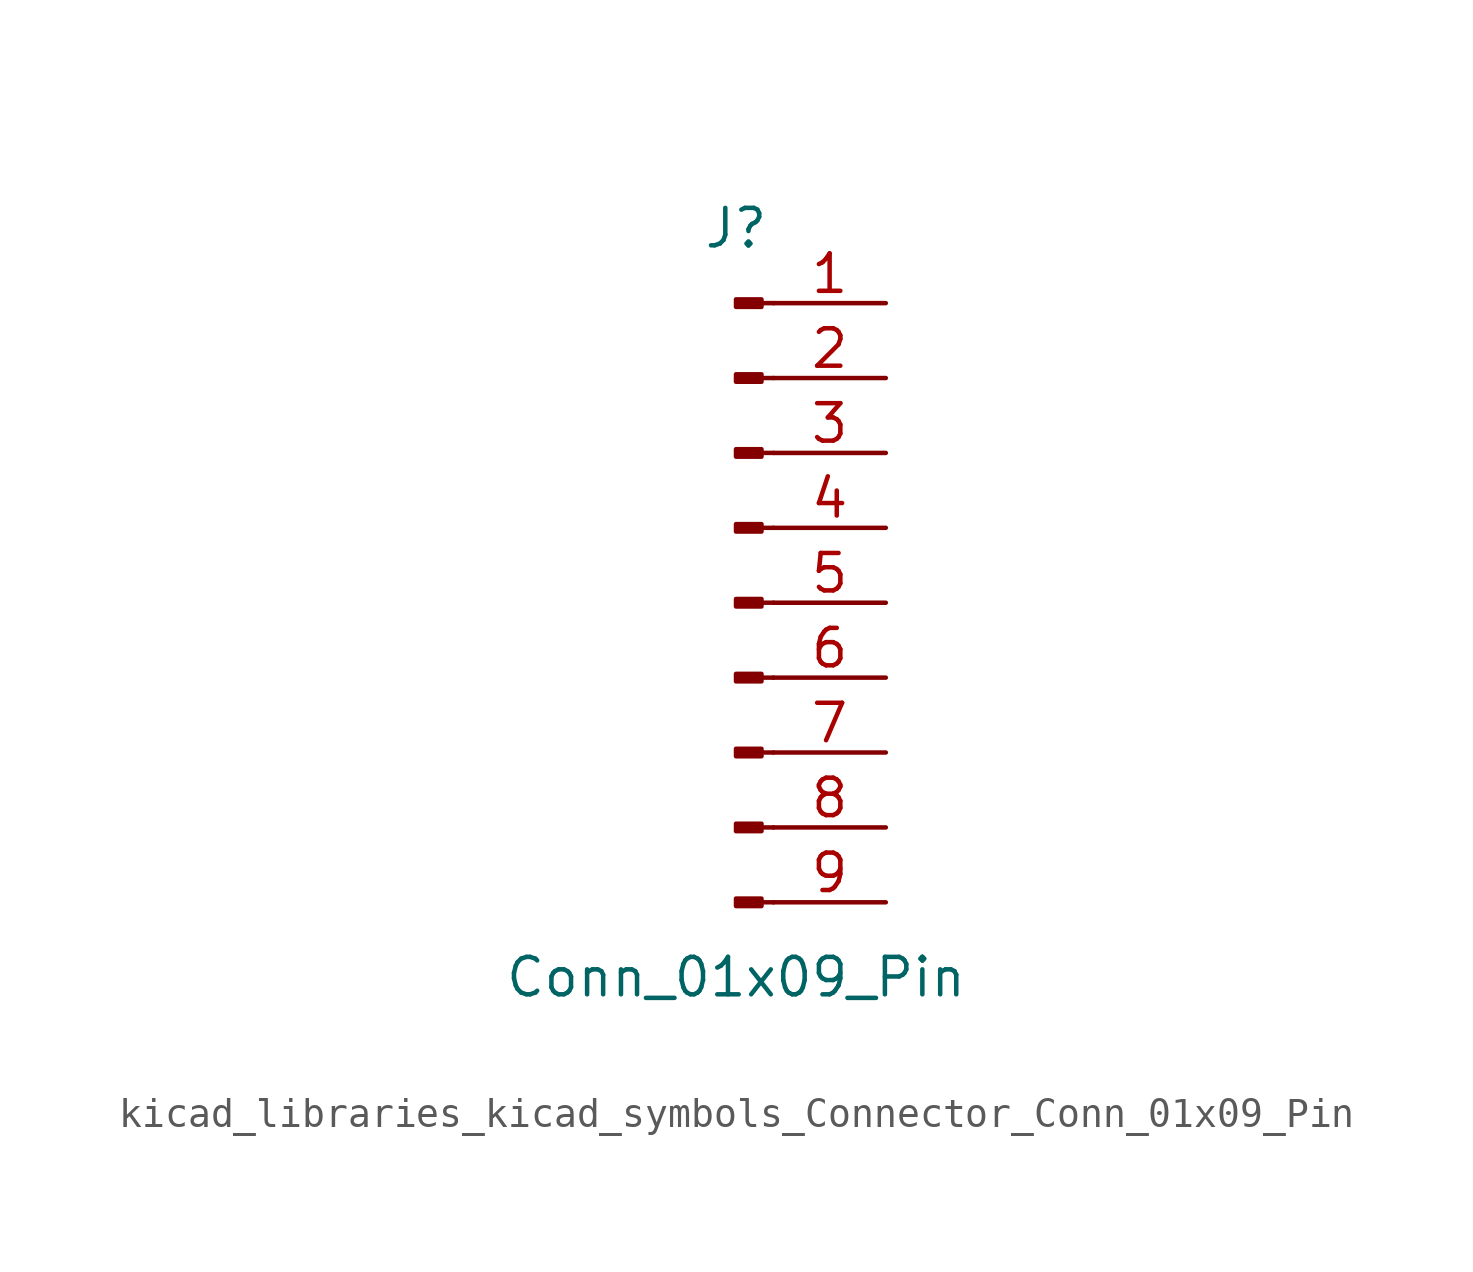
<source format=kicad_sym>
(kicad_symbol_lib
  (version 20220914)
  (generator kicad_symbol_editor)
  (symbol "kicad_libraries_kicad_symbols_Connector_Conn_01x09_Pin"
    (pin_names
      (offset 1.016) hide)
    (property "Reference" "J"
      (at 0 12.7 0)
      (effects (font (size 1.27 1.27))))
    (property "Value" "Conn_01x09_Pin"
      (at 0 -12.7 0)
      (effects (font (size 1.27 1.27))))
    (property "ki_locked" ""
      (at 0 0 0)
      (effects (font (size 1.27 1.27))))
    (symbol "kicad_libraries_kicad_symbols_Connector_Conn_01x09_Pin_1_1"
      (polyline (pts (xy 1.27 -10.16) (xy 0.864 -10.16)) (stroke (width 0.152) (type default)) (fill (type none)))
      (polyline (pts (xy 1.27 -7.62) (xy 0.864 -7.62)) (stroke (width 0.152) (type default)) (fill (type none)))
      (polyline (pts (xy 1.27 -5.08) (xy 0.864 -5.08)) (stroke (width 0.152) (type default)) (fill (type none)))
      (polyline (pts (xy 1.27 -2.54) (xy 0.864 -2.54)) (stroke (width 0.152) (type default)) (fill (type none)))
      (polyline (pts (xy 1.27 0) (xy 0.864 0)) (stroke (width 0.152) (type default)) (fill (type none)))
      (polyline (pts (xy 1.27 2.54) (xy 0.864 2.54)) (stroke (width 0.152) (type default)) (fill (type none)))
      (polyline (pts (xy 1.27 5.08) (xy 0.864 5.08)) (stroke (width 0.152) (type default)) (fill (type none)))
      (polyline (pts (xy 1.27 7.62) (xy 0.864 7.62)) (stroke (width 0.152) (type default)) (fill (type none)))
      (polyline (pts (xy 1.27 10.16) (xy 0.864 10.16)) (stroke (width 0.152) (type default)) (fill (type none)))
      (rectangle (start 0.864 -10.033) (end 0 -10.287) (stroke (width 0.152) (type default)) (fill (type outline)))
      (rectangle (start 0.864 -7.493) (end 0 -7.747) (stroke (width 0.152) (type default)) (fill (type outline)))
      (rectangle (start 0.864 -4.953) (end 0 -5.207) (stroke (width 0.152) (type default)) (fill (type outline)))
      (rectangle (start 0.864 -2.413) (end 0 -2.667) (stroke (width 0.152) (type default)) (fill (type outline)))
      (rectangle (start 0.864 0.127) (end 0 -0.127) (stroke (width 0.152) (type default)) (fill (type outline)))
      (rectangle (start 0.864 2.667) (end 0 2.413) (stroke (width 0.152) (type default)) (fill (type outline)))
      (rectangle (start 0.864 5.207) (end 0 4.953) (stroke (width 0.152) (type default)) (fill (type outline)))
      (rectangle (start 0.864 7.747) (end 0 7.493) (stroke (width 0.152) (type default)) (fill (type outline)))
      (rectangle (start 0.864 10.287) (end 0 10.033) (stroke (width 0.152) (type default)) (fill (type outline)))
      (pin passive line (at 5.08 10.16 180) (length 3.81) (name "Pin_1" (effects (font (size 1.27 1.27)))) (number "1" (effects (font (size 1.27 1.27)))))
      (pin passive line (at 5.08 7.62 180) (length 3.81) (name "Pin_2" (effects (font (size 1.27 1.27)))) (number "2" (effects (font (size 1.27 1.27)))))
      (pin passive line (at 5.08 5.08 180) (length 3.81) (name "Pin_3" (effects (font (size 1.27 1.27)))) (number "3" (effects (font (size 1.27 1.27)))))
      (pin passive line (at 5.08 2.54 180) (length 3.81) (name "Pin_4" (effects (font (size 1.27 1.27)))) (number "4" (effects (font (size 1.27 1.27)))))
      (pin passive line (at 5.08 0 180) (length 3.81) (name "Pin_5" (effects (font (size 1.27 1.27)))) (number "5" (effects (font (size 1.27 1.27)))))
      (pin passive line (at 5.08 -2.54 180) (length 3.81) (name "Pin_6" (effects (font (size 1.27 1.27)))) (number "6" (effects (font (size 1.27 1.27)))))
      (pin passive line (at 5.08 -5.08 180) (length 3.81) (name "Pin_7" (effects (font (size 1.27 1.27)))) (number "7" (effects (font (size 1.27 1.27)))))
      (pin passive line (at 5.08 -7.62 180) (length 3.81) (name "Pin_8" (effects (font (size 1.27 1.27)))) (number "8" (effects (font (size 1.27 1.27)))))
      (pin passive line (at 5.08 -10.16 180) (length 3.81) (name "Pin_9" (effects (font (size 1.27 1.27)))) (number "9" (effects (font (size 1.27 1.27))))))))
</source>
